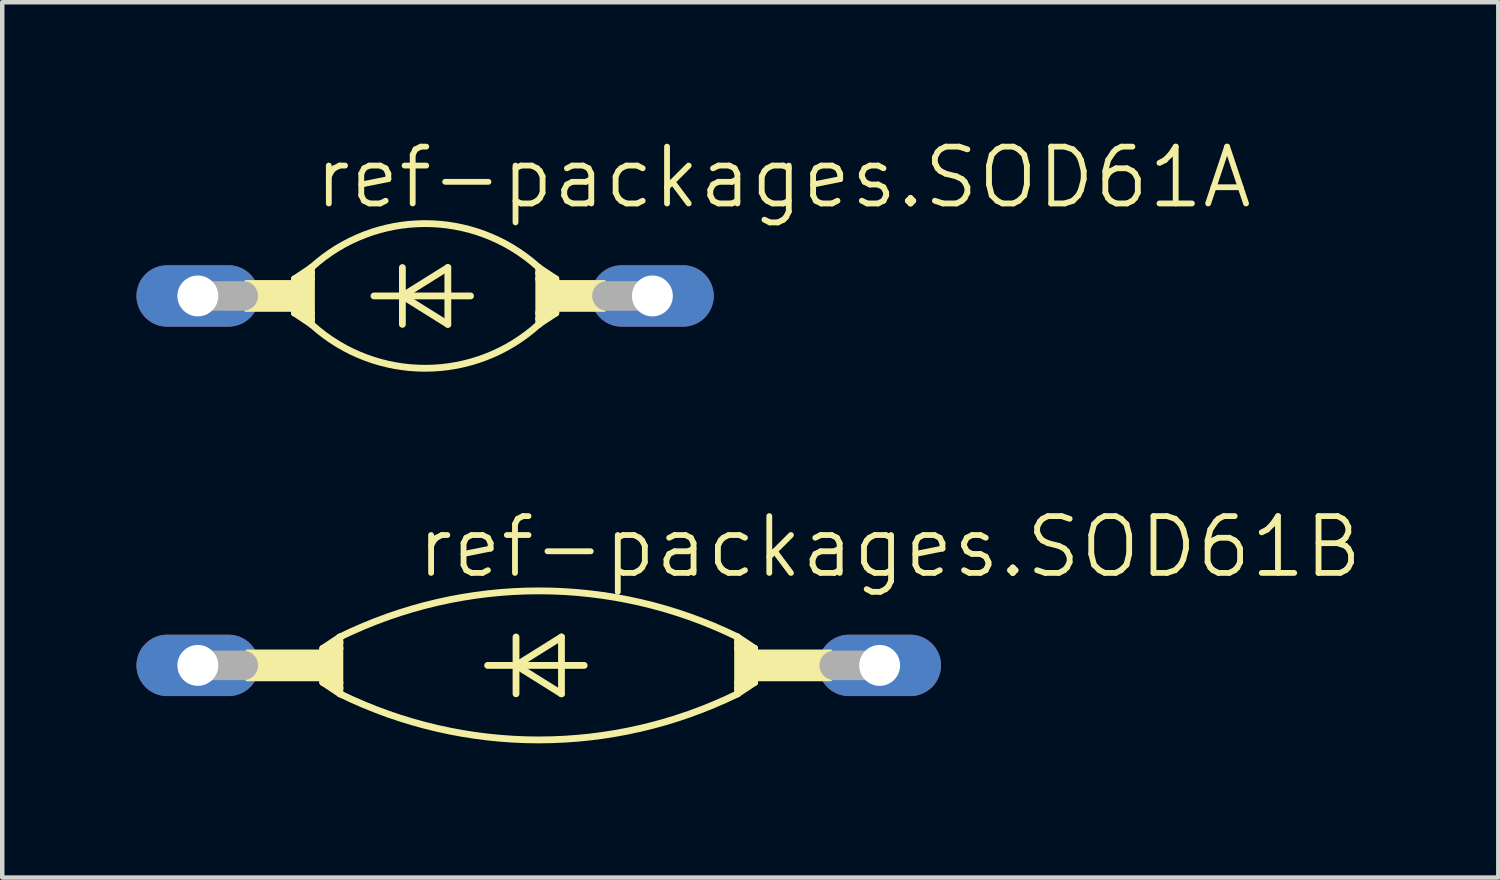
<source format=kicad_pcb>
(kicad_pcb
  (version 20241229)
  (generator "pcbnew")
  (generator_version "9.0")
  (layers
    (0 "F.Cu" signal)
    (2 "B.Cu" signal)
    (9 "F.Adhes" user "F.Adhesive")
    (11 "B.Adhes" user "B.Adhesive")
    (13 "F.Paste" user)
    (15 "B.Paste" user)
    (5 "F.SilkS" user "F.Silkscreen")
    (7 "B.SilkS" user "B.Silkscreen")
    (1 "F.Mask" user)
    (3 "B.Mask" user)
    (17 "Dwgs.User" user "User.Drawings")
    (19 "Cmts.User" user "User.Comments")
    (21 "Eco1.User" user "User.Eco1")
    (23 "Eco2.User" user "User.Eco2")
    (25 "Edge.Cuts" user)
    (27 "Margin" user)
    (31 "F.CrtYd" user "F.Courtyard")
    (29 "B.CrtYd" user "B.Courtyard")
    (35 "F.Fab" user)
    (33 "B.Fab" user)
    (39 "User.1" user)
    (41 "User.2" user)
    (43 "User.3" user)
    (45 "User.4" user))
  (footprint "ref-packages.SOD61B"
    (layer "F.Cu")
    (at 8.992 11.823)
    (property "Reference" "ref-packages.SOD61B" (at -2.794 -1.905 0) (layer "F.SilkS") (effects (font (size 1.27 1.27) (thickness 0.13)) (justify left bottom)))
    (attr through_hole)
    (fp_line (start -4.826 -0.381) (end -4.826 0.381) (stroke (width 0.152) (type default)) (layer "F.SilkS"))
    (fp_line (start -4.826 -0.381) (end -4.699 -0.381) (stroke (width 0.152) (type default)) (layer "F.SilkS"))
    (fp_line (start -4.826 0.381) (end -4.699 0.381) (stroke (width 0.152) (type default)) (layer "F.SilkS"))
    (fp_line (start -4.826 0.381) (end -4.445 0.635) (stroke (width 0.152) (type default)) (layer "F.SilkS"))
    (fp_line (start -4.699 -0.381) (end -4.445 -0.381) (stroke (width 0.152) (type default)) (layer "F.SilkS"))
    (fp_line (start -4.699 0.381) (end -4.445 0.381) (stroke (width 0.152) (type default)) (layer "F.SilkS"))
    (fp_line (start -4.445 -0.635) (end -4.826 -0.381) (stroke (width 0.152) (type default)) (layer "F.SilkS"))
    (fp_line (start -4.445 -0.635) (end -4.445 -0.508) (stroke (width 0.152) (type default)) (layer "F.SilkS"))
    (fp_line (start -4.445 -0.508) (end -4.699 -0.381) (stroke (width 0.152) (type default)) (layer "F.SilkS"))
    (fp_line (start -4.445 -0.508) (end -4.445 -0.381) (stroke (width 0.152) (type default)) (layer "F.SilkS"))
    (fp_line (start -4.445 -0.381) (end -4.445 0.381) (stroke (width 0.152) (type default)) (layer "F.SilkS"))
    (fp_line (start -4.445 0.381) (end -4.445 0.508) (stroke (width 0.152) (type default)) (layer "F.SilkS"))
    (fp_line (start -4.445 0.508) (end -4.699 0.381) (stroke (width 0.152) (type default)) (layer "F.SilkS"))
    (fp_line (start -4.445 0.508) (end -4.445 0.635) (stroke (width 0.152) (type default)) (layer "F.SilkS"))
    (fp_line (start -1.143 0) (end -0.508 0) (stroke (width 0.152) (type default)) (layer "F.SilkS"))
    (fp_line (start -0.508 -0.635) (end -0.508 0) (stroke (width 0.152) (type default)) (layer "F.SilkS"))
    (fp_line (start -0.508 0) (end -0.508 0.635) (stroke (width 0.152) (type default)) (layer "F.SilkS"))
    (fp_line (start -0.508 0) (end 0.508 -0.635) (stroke (width 0.152) (type default)) (layer "F.SilkS"))
    (fp_line (start -0.508 0) (end 1.016 0) (stroke (width 0.152) (type default)) (layer "F.SilkS"))
    (fp_line (start 0.508 -0.635) (end 0.508 0.635) (stroke (width 0.152) (type default)) (layer "F.SilkS"))
    (fp_line (start 0.508 0.635) (end -0.508 0) (stroke (width 0.152) (type default)) (layer "F.SilkS"))
    (fp_line (start 4.445 -0.635) (end 4.826 -0.381) (stroke (width 0.152) (type default)) (layer "F.SilkS"))
    (fp_line (start 4.445 -0.508) (end 4.445 -0.635) (stroke (width 0.152) (type default)) (layer "F.SilkS"))
    (fp_line (start 4.445 -0.508) (end 4.699 -0.381) (stroke (width 0.152) (type default)) (layer "F.SilkS"))
    (fp_line (start 4.445 -0.381) (end 4.445 -0.508) (stroke (width 0.152) (type default)) (layer "F.SilkS"))
    (fp_line (start 4.445 0.381) (end 4.445 -0.381) (stroke (width 0.152) (type default)) (layer "F.SilkS"))
    (fp_line (start 4.445 0.508) (end 4.445 0.381) (stroke (width 0.152) (type default)) (layer "F.SilkS"))
    (fp_line (start 4.445 0.508) (end 4.699 0.381) (stroke (width 0.152) (type default)) (layer "F.SilkS"))
    (fp_line (start 4.445 0.635) (end 4.445 0.508) (stroke (width 0.152) (type default)) (layer "F.SilkS"))
    (fp_line (start 4.445 0.635) (end 4.826 0.381) (stroke (width 0.152) (type default)) (layer "F.SilkS"))
    (fp_line (start 4.699 -0.381) (end 4.445 -0.381) (stroke (width 0.152) (type default)) (layer "F.SilkS"))
    (fp_line (start 4.699 0.381) (end 4.445 0.381) (stroke (width 0.152) (type default)) (layer "F.SilkS"))
    (fp_line (start 4.826 -0.381) (end 4.699 -0.381) (stroke (width 0.152) (type default)) (layer "F.SilkS"))
    (fp_line (start 4.826 -0.381) (end 4.826 0.381) (stroke (width 0.152) (type default)) (layer "F.SilkS"))
    (fp_line (start 4.826 0.381) (end 4.699 0.381) (stroke (width 0.152) (type default)) (layer "F.SilkS"))
    (fp_rect (start -6.528 0.33) (end -4.826 -0.33) (stroke (width 0.05) (type default)) (fill yes) (layer "F.SilkS"))
    (fp_rect (start -4.826 0.381) (end -4.445 -0.381) (stroke (width 0.05) (type default)) (fill yes) (layer "F.SilkS"))
    (fp_rect (start 4.445 0.381) (end 4.826 -0.381) (stroke (width 0.05) (type default)) (fill yes) (layer "F.SilkS"))
    (fp_rect (start 4.826 0.33) (end 6.528 -0.33) (stroke (width 0.05) (type default)) (fill yes) (layer "F.SilkS"))
    (fp_arc (start -4.445 -0.635) (mid -0.001166 -1.665851) (end 4.4429 -0.636) (stroke (width 0.1524) (type default)) (layer "F.SilkS"))
    (fp_arc (start 4.445 0.635) (mid 0.001166 1.665851) (end -4.4429 0.636) (stroke (width 0.1524) (type default)) (layer "F.SilkS"))
    (fp_line (start -7.62 0) (end -6.604 0) (stroke (width 0.66) (type default)) (layer "F.Fab"))
    (fp_line (start 7.62 0) (end 6.604 0) (stroke (width 0.66) (type default)) (layer "F.Fab"))
    (pad "A" thru_hole oval (at 7.62 0) (size 2.743 1.372) (drill 0.914) (layers "*.Cu" "*.Mask"))
    (pad "C" thru_hole oval (at -7.62 0) (size 2.743 1.372) (drill 0.914) (layers "*.Cu" "*.Mask")))
  (footprint "ref-packages.SOD61A"
    (layer "F.Cu")
    (at 6.452 3.565)
    (property "Reference" "ref-packages.SOD61A" (at -2.54 -1.905 0) (layer "F.SilkS") (effects (font (size 1.27 1.27) (thickness 0.13)) (justify left bottom)))
    (attr through_hole)
    (fp_line (start -2.921 -0.381) (end -2.921 0.381) (stroke (width 0.152) (type default)) (layer "F.SilkS"))
    (fp_line (start -2.921 -0.381) (end -2.794 -0.381) (stroke (width 0.152) (type default)) (layer "F.SilkS"))
    (fp_line (start -2.921 0.381) (end -2.794 0.381) (stroke (width 0.152) (type default)) (layer "F.SilkS"))
    (fp_line (start -2.921 0.381) (end -2.54 0.635) (stroke (width 0.152) (type default)) (layer "F.SilkS"))
    (fp_line (start -2.794 -0.381) (end -2.54 -0.381) (stroke (width 0.152) (type default)) (layer "F.SilkS"))
    (fp_line (start -2.794 0.381) (end -2.54 0.381) (stroke (width 0.152) (type default)) (layer "F.SilkS"))
    (fp_line (start -2.54 -0.635) (end -2.921 -0.381) (stroke (width 0.152) (type default)) (layer "F.SilkS"))
    (fp_line (start -2.54 -0.635) (end -2.54 -0.508) (stroke (width 0.152) (type default)) (layer "F.SilkS"))
    (fp_line (start -2.54 -0.508) (end -2.794 -0.381) (stroke (width 0.152) (type default)) (layer "F.SilkS"))
    (fp_line (start -2.54 -0.508) (end -2.54 -0.381) (stroke (width 0.152) (type default)) (layer "F.SilkS"))
    (fp_line (start -2.54 -0.381) (end -2.54 0.381) (stroke (width 0.152) (type default)) (layer "F.SilkS"))
    (fp_line (start -2.54 0.381) (end -2.54 0.508) (stroke (width 0.152) (type default)) (layer "F.SilkS"))
    (fp_line (start -2.54 0.508) (end -2.794 0.381) (stroke (width 0.152) (type default)) (layer "F.SilkS"))
    (fp_line (start -2.54 0.508) (end -2.54 0.635) (stroke (width 0.152) (type default)) (layer "F.SilkS"))
    (fp_line (start -1.143 0) (end -0.508 0) (stroke (width 0.152) (type default)) (layer "F.SilkS"))
    (fp_line (start -0.508 -0.635) (end -0.508 0) (stroke (width 0.152) (type default)) (layer "F.SilkS"))
    (fp_line (start -0.508 0) (end -0.508 0.635) (stroke (width 0.152) (type default)) (layer "F.SilkS"))
    (fp_line (start -0.508 0) (end 0.508 -0.635) (stroke (width 0.152) (type default)) (layer "F.SilkS"))
    (fp_line (start -0.508 0) (end 1.016 0) (stroke (width 0.152) (type default)) (layer "F.SilkS"))
    (fp_line (start 0.508 -0.635) (end 0.508 0.635) (stroke (width 0.152) (type default)) (layer "F.SilkS"))
    (fp_line (start 0.508 0.635) (end -0.508 0) (stroke (width 0.152) (type default)) (layer "F.SilkS"))
    (fp_line (start 2.54 -0.635) (end 2.921 -0.381) (stroke (width 0.152) (type default)) (layer "F.SilkS"))
    (fp_line (start 2.54 -0.508) (end 2.54 -0.635) (stroke (width 0.152) (type default)) (layer "F.SilkS"))
    (fp_line (start 2.54 -0.508) (end 2.794 -0.381) (stroke (width 0.152) (type default)) (layer "F.SilkS"))
    (fp_line (start 2.54 -0.381) (end 2.54 -0.508) (stroke (width 0.152) (type default)) (layer "F.SilkS"))
    (fp_line (start 2.54 0.381) (end 2.54 -0.381) (stroke (width 0.152) (type default)) (layer "F.SilkS"))
    (fp_line (start 2.54 0.508) (end 2.54 0.381) (stroke (width 0.152) (type default)) (layer "F.SilkS"))
    (fp_line (start 2.54 0.508) (end 2.794 0.381) (stroke (width 0.152) (type default)) (layer "F.SilkS"))
    (fp_line (start 2.54 0.635) (end 2.54 0.508) (stroke (width 0.152) (type default)) (layer "F.SilkS"))
    (fp_line (start 2.54 0.635) (end 2.921 0.381) (stroke (width 0.152) (type default)) (layer "F.SilkS"))
    (fp_line (start 2.794 -0.381) (end 2.54 -0.381) (stroke (width 0.152) (type default)) (layer "F.SilkS"))
    (fp_line (start 2.794 0.381) (end 2.54 0.381) (stroke (width 0.152) (type default)) (layer "F.SilkS"))
    (fp_line (start 2.921 -0.381) (end 2.794 -0.381) (stroke (width 0.152) (type default)) (layer "F.SilkS"))
    (fp_line (start 2.921 -0.381) (end 2.921 0.381) (stroke (width 0.152) (type default)) (layer "F.SilkS"))
    (fp_line (start 2.921 0.381) (end 2.794 0.381) (stroke (width 0.152) (type default)) (layer "F.SilkS"))
    (fp_rect (start -4.013 0.33) (end -2.921 -0.33) (stroke (width 0.05) (type default)) (fill yes) (layer "F.SilkS"))
    (fp_rect (start -2.921 0.381) (end -2.54 -0.381) (stroke (width 0.05) (type default)) (fill yes) (layer "F.SilkS"))
    (fp_rect (start 2.54 0.381) (end 2.921 -0.381) (stroke (width 0.05) (type default)) (fill yes) (layer "F.SilkS"))
    (fp_rect (start 2.921 0.33) (end 4.013 -0.33) (stroke (width 0.05) (type default)) (fill yes) (layer "F.SilkS"))
    (fp_arc (start -2.54 -0.635) (mid -0.014943 -1.616944) (end 2.5178 -0.655) (stroke (width 0.1524) (type default)) (layer "F.SilkS"))
    (fp_arc (start 2.54 0.635) (mid 0.014943 1.616944) (end -2.5178 0.655) (stroke (width 0.1524) (type default)) (layer "F.SilkS"))
    (fp_line (start -5.08 0) (end -4.064 0) (stroke (width 0.66) (type default)) (layer "F.Fab"))
    (fp_line (start 5.08 0) (end 4.064 0) (stroke (width 0.66) (type default)) (layer "F.Fab"))
    (pad "A" thru_hole oval (at 5.08 0) (size 2.743 1.372) (drill 0.914) (layers "*.Cu" "*.Mask"))
    (pad "C" thru_hole oval (at -5.08 0) (size 2.743 1.372) (drill 0.914) (layers "*.Cu" "*.Mask")))
  (gr_rect
    (start -3 -3)
    (end 30.44 16.565)
    (stroke (width 0.1) (type default))
    (fill no)
    (layer "Edge.Cuts")))
</source>
